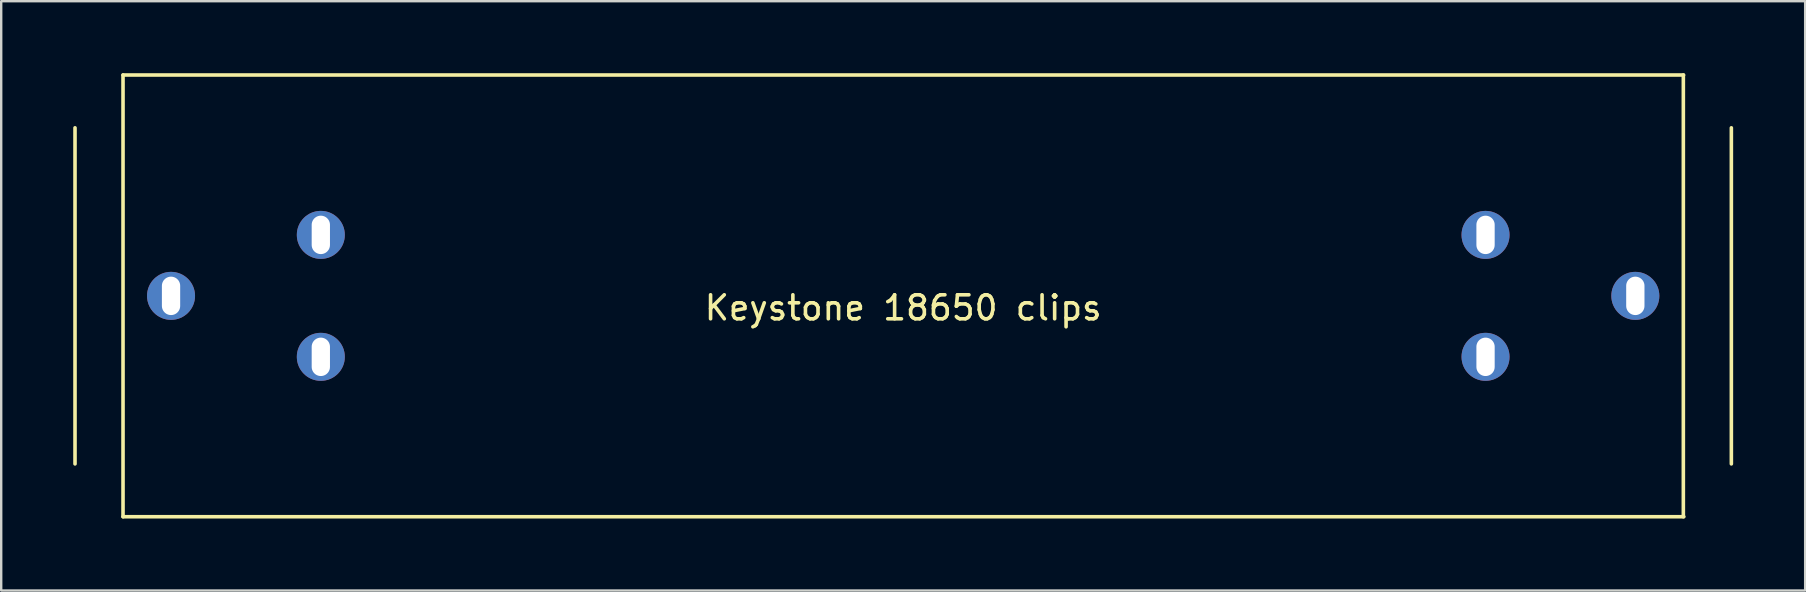
<source format=kicad_pcb>
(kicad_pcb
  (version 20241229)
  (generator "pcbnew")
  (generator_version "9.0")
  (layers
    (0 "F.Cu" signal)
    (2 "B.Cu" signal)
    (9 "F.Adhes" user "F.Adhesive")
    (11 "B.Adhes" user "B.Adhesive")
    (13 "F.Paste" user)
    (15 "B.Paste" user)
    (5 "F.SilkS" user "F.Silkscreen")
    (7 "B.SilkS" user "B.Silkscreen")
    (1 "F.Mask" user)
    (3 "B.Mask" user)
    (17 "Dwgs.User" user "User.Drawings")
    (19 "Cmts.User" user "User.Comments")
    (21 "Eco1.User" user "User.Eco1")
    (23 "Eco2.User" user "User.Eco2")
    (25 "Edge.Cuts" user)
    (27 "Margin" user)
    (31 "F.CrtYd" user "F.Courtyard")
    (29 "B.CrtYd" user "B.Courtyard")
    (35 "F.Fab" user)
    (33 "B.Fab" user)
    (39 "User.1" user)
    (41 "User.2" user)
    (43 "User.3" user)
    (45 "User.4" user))
  (footprint "Keystone 18650 clips"
    (layer "F.Cu")
    (at 34.575 9.275)
    (property "Reference" "Keystone 18650 clips" (at 0 0.5 0) (layer "F.SilkS") (effects (font (size 1 1) (thickness 0.15))))
    (attr through_hole)
    (fp_line (start -34.5 -7) (end -34.5 7) (stroke (width 0.15) (type solid)) (layer "F.SilkS"))
    (fp_line (start -32.5 -9.2) (end 32.51 -9.2) (stroke (width 0.15) (type solid)) (layer "F.SilkS"))
    (fp_line (start -32.5 9.2) (end -32.5 -9.2) (stroke (width 0.15) (type solid)) (layer "F.SilkS"))
    (fp_line (start 32.5 -9.2) (end 32.5 9.2) (stroke (width 0.15) (type solid)) (layer "F.SilkS"))
    (fp_line (start 32.52 9.2) (end -32.5 9.2) (stroke (width 0.15) (type solid)) (layer "F.SilkS"))
    (fp_line (start 34.5 7) (end 34.5 -7) (stroke (width 0.15) (type solid)) (layer "F.SilkS"))
    (pad "1" thru_hole circle (at 24.26 -2.54 90) (size 2 2) (drill oval 1.6 0.762) (layers "*.Cu" "*.Mask"))
    (pad "1" thru_hole circle (at 24.26 2.54 90) (size 2 2) (drill oval 1.6 0.762) (layers "*.Cu" "*.Mask"))
    (pad "1" thru_hole circle (at 30.5 0 90) (size 2 2) (drill oval 1.6 0.762) (layers "*.Cu" "*.Mask"))
    (pad "2" thru_hole circle (at -30.5 0 270) (size 2 2) (drill oval 1.6 0.762) (layers "*.Cu" "*.Mask"))
    (pad "2" thru_hole circle (at -24.26 -2.54 270) (size 2 2) (drill oval 1.6 0.762) (layers "*.Cu" "*.Mask"))
    (pad "2" thru_hole circle (at -24.26 2.54 270) (size 2 2) (drill oval 1.6 0.762) (layers "*.Cu" "*.Mask")))
  (gr_rect
    (start -3 -3)
    (end 72.15 21.55)
    (stroke (width 0.1) (type default))
    (fill no)
    (layer "Edge.Cuts")))
</source>
